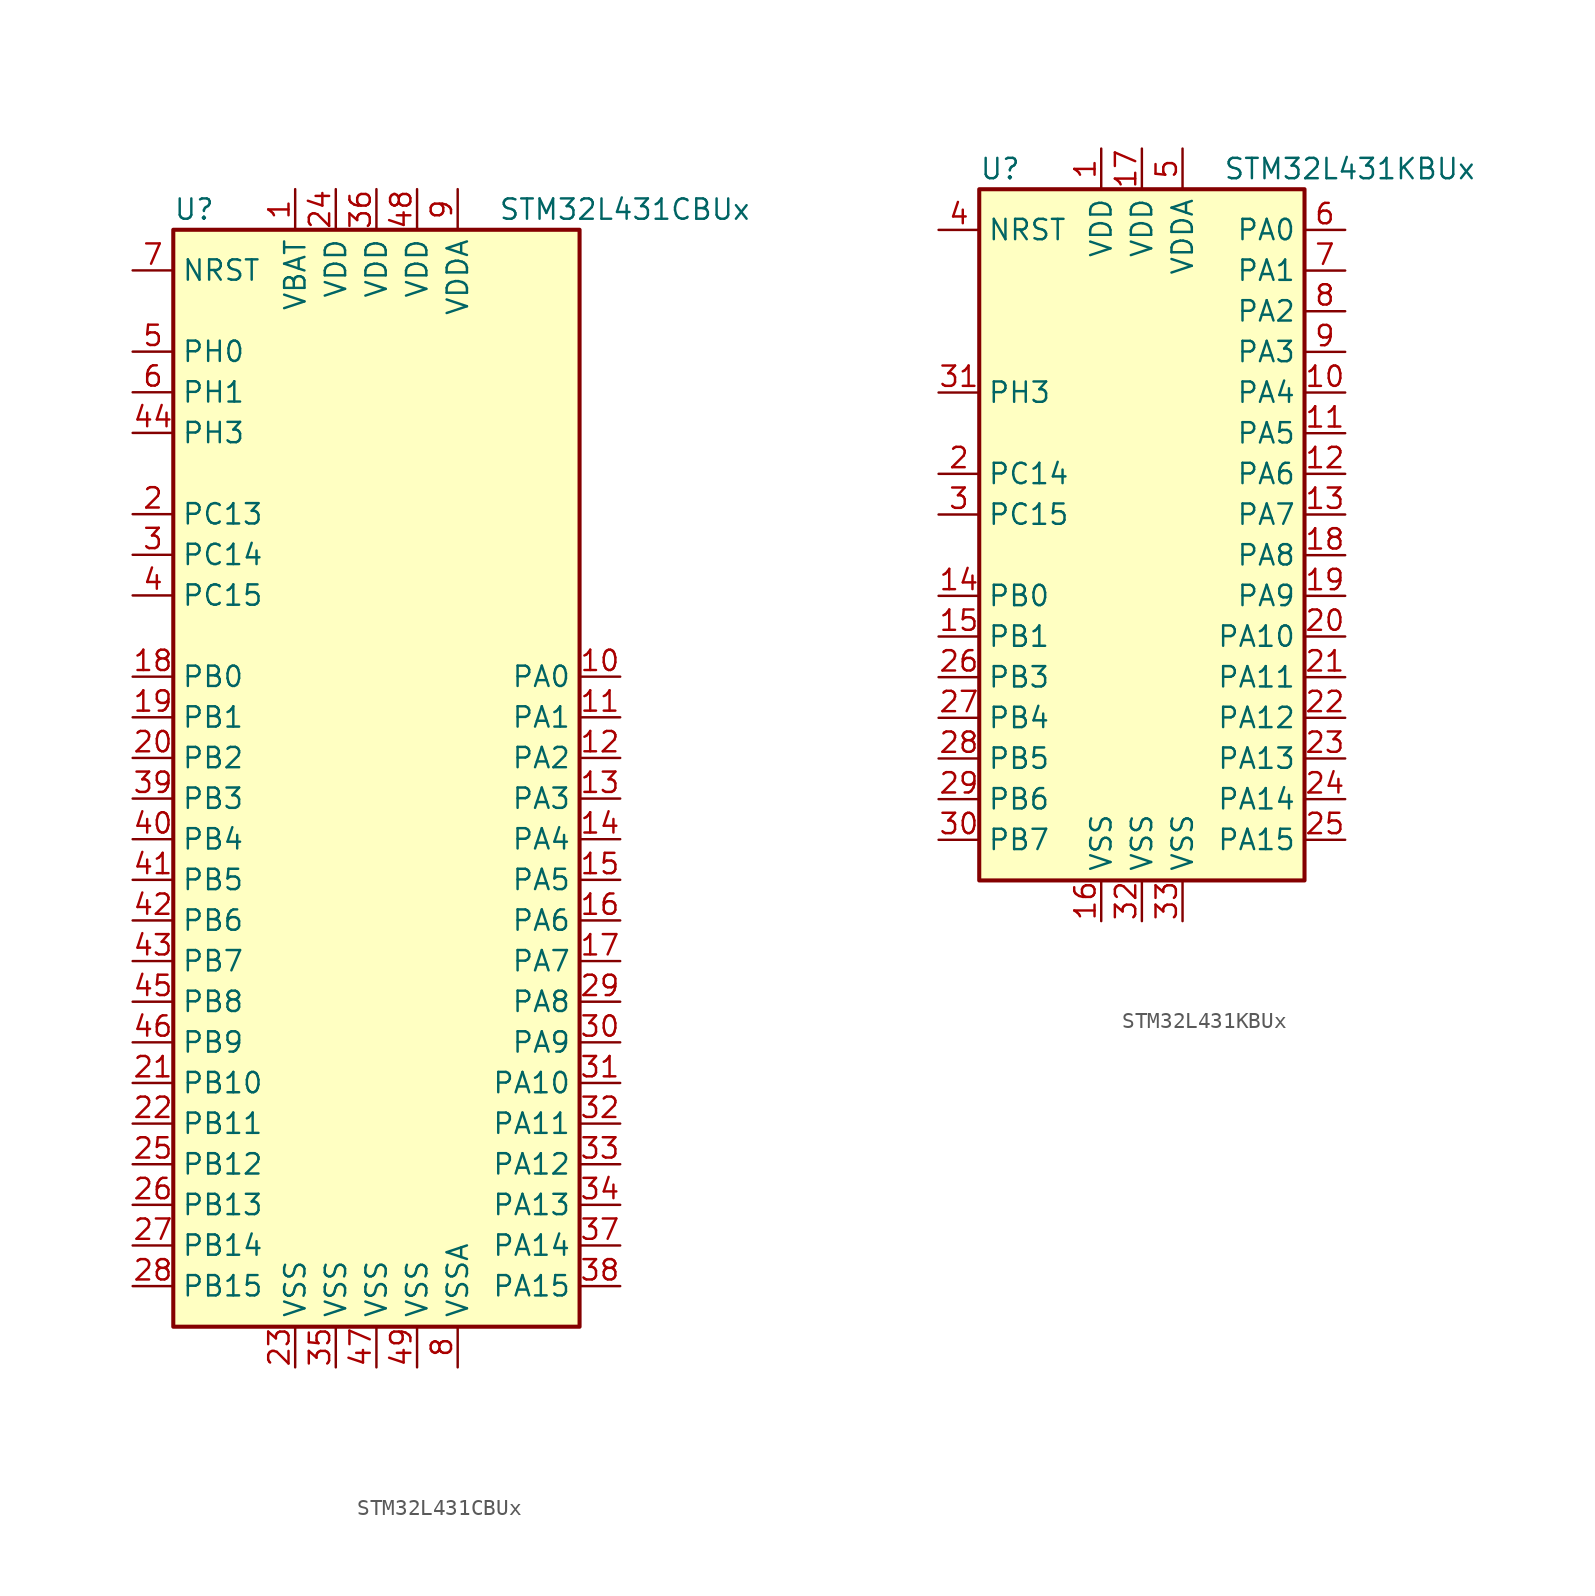
<source format=kicad_sym>
(kicad_symbol_lib
  (version 20211014)
  (generator kicad_symbol_editor)
  (symbol "STM32L431CBUx"
    (property "Reference" "U"
      (at -12.7 34.29 0)
      (effects (font (size 1.27 1.27)) (justify left)))
    (property "Value" "STM32L431CBUx"
      (at 7.62 34.29 0)
      (effects (font (size 1.27 1.27)) (justify left)))
    (symbol "STM32L431CBUx_0_1"
      (rectangle (start -12.7 -35.56) (end 12.7 33.02) (stroke (width 0.254) (type default) (color 0 0 0 0)) (fill (type background))))
    (symbol "STM32L431CBUx_1_1"
      (pin power_in line (at -5.08 35.56 270) (length 2.54) (name "VBAT" (effects (font (size 1.27 1.27)))) (number "1" (effects (font (size 1.27 1.27)))))
      (pin bidirectional line (at 15.24 5.08 180) (length 2.54) (name "PA0" (effects (font (size 1.27 1.27)))) (number "10" (effects (font (size 1.27 1.27)))))
      (pin bidirectional line (at 15.24 2.54 180) (length 2.54) (name "PA1" (effects (font (size 1.27 1.27)))) (number "11" (effects (font (size 1.27 1.27)))))
      (pin bidirectional line (at 15.24 0 180) (length 2.54) (name "PA2" (effects (font (size 1.27 1.27)))) (number "12" (effects (font (size 1.27 1.27)))))
      (pin bidirectional line (at 15.24 -2.54 180) (length 2.54) (name "PA3" (effects (font (size 1.27 1.27)))) (number "13" (effects (font (size 1.27 1.27)))))
      (pin bidirectional line (at 15.24 -5.08 180) (length 2.54) (name "PA4" (effects (font (size 1.27 1.27)))) (number "14" (effects (font (size 1.27 1.27)))))
      (pin bidirectional line (at 15.24 -7.62 180) (length 2.54) (name "PA5" (effects (font (size 1.27 1.27)))) (number "15" (effects (font (size 1.27 1.27)))))
      (pin bidirectional line (at 15.24 -10.16 180) (length 2.54) (name "PA6" (effects (font (size 1.27 1.27)))) (number "16" (effects (font (size 1.27 1.27)))))
      (pin bidirectional line (at 15.24 -12.7 180) (length 2.54) (name "PA7" (effects (font (size 1.27 1.27)))) (number "17" (effects (font (size 1.27 1.27)))))
      (pin bidirectional line (at -15.24 5.08 0) (length 2.54) (name "PB0" (effects (font (size 1.27 1.27)))) (number "18" (effects (font (size 1.27 1.27)))))
      (pin bidirectional line (at -15.24 2.54 0) (length 2.54) (name "PB1" (effects (font (size 1.27 1.27)))) (number "19" (effects (font (size 1.27 1.27)))))
      (pin bidirectional line (at -15.24 15.24 0) (length 2.54) (name "PC13" (effects (font (size 1.27 1.27)))) (number "2" (effects (font (size 1.27 1.27)))))
      (pin bidirectional line (at -15.24 0 0) (length 2.54) (name "PB2" (effects (font (size 1.27 1.27)))) (number "20" (effects (font (size 1.27 1.27)))))
      (pin bidirectional line (at -15.24 -20.32 0) (length 2.54) (name "PB10" (effects (font (size 1.27 1.27)))) (number "21" (effects (font (size 1.27 1.27)))))
      (pin bidirectional line (at -15.24 -22.86 0) (length 2.54) (name "PB11" (effects (font (size 1.27 1.27)))) (number "22" (effects (font (size 1.27 1.27)))))
      (pin power_in line (at -5.08 -38.1 90) (length 2.54) (name "VSS" (effects (font (size 1.27 1.27)))) (number "23" (effects (font (size 1.27 1.27)))))
      (pin power_in line (at -2.54 35.56 270) (length 2.54) (name "VDD" (effects (font (size 1.27 1.27)))) (number "24" (effects (font (size 1.27 1.27)))))
      (pin bidirectional line (at -15.24 -25.4 0) (length 2.54) (name "PB12" (effects (font (size 1.27 1.27)))) (number "25" (effects (font (size 1.27 1.27)))))
      (pin bidirectional line (at -15.24 -27.94 0) (length 2.54) (name "PB13" (effects (font (size 1.27 1.27)))) (number "26" (effects (font (size 1.27 1.27)))))
      (pin bidirectional line (at -15.24 -30.48 0) (length 2.54) (name "PB14" (effects (font (size 1.27 1.27)))) (number "27" (effects (font (size 1.27 1.27)))))
      (pin bidirectional line (at -15.24 -33.02 0) (length 2.54) (name "PB15" (effects (font (size 1.27 1.27)))) (number "28" (effects (font (size 1.27 1.27)))))
      (pin bidirectional line (at 15.24 -15.24 180) (length 2.54) (name "PA8" (effects (font (size 1.27 1.27)))) (number "29" (effects (font (size 1.27 1.27)))))
      (pin bidirectional line (at -15.24 12.7 0) (length 2.54) (name "PC14" (effects (font (size 1.27 1.27)))) (number "3" (effects (font (size 1.27 1.27)))))
      (pin bidirectional line (at 15.24 -17.78 180) (length 2.54) (name "PA9" (effects (font (size 1.27 1.27)))) (number "30" (effects (font (size 1.27 1.27)))))
      (pin bidirectional line (at 15.24 -20.32 180) (length 2.54) (name "PA10" (effects (font (size 1.27 1.27)))) (number "31" (effects (font (size 1.27 1.27)))))
      (pin bidirectional line (at 15.24 -22.86 180) (length 2.54) (name "PA11" (effects (font (size 1.27 1.27)))) (number "32" (effects (font (size 1.27 1.27)))))
      (pin bidirectional line (at 15.24 -25.4 180) (length 2.54) (name "PA12" (effects (font (size 1.27 1.27)))) (number "33" (effects (font (size 1.27 1.27)))))
      (pin bidirectional line (at 15.24 -27.94 180) (length 2.54) (name "PA13" (effects (font (size 1.27 1.27)))) (number "34" (effects (font (size 1.27 1.27)))))
      (pin power_in line (at -2.54 -38.1 90) (length 2.54) (name "VSS" (effects (font (size 1.27 1.27)))) (number "35" (effects (font (size 1.27 1.27)))))
      (pin power_in line (at 0 35.56 270) (length 2.54) (name "VDD" (effects (font (size 1.27 1.27)))) (number "36" (effects (font (size 1.27 1.27)))))
      (pin bidirectional line (at 15.24 -30.48 180) (length 2.54) (name "PA14" (effects (font (size 1.27 1.27)))) (number "37" (effects (font (size 1.27 1.27)))))
      (pin bidirectional line (at 15.24 -33.02 180) (length 2.54) (name "PA15" (effects (font (size 1.27 1.27)))) (number "38" (effects (font (size 1.27 1.27)))))
      (pin bidirectional line (at -15.24 -2.54 0) (length 2.54) (name "PB3" (effects (font (size 1.27 1.27)))) (number "39" (effects (font (size 1.27 1.27)))))
      (pin bidirectional line (at -15.24 10.16 0) (length 2.54) (name "PC15" (effects (font (size 1.27 1.27)))) (number "4" (effects (font (size 1.27 1.27)))))
      (pin bidirectional line (at -15.24 -5.08 0) (length 2.54) (name "PB4" (effects (font (size 1.27 1.27)))) (number "40" (effects (font (size 1.27 1.27)))))
      (pin bidirectional line (at -15.24 -7.62 0) (length 2.54) (name "PB5" (effects (font (size 1.27 1.27)))) (number "41" (effects (font (size 1.27 1.27)))))
      (pin bidirectional line (at -15.24 -10.16 0) (length 2.54) (name "PB6" (effects (font (size 1.27 1.27)))) (number "42" (effects (font (size 1.27 1.27)))))
      (pin bidirectional line (at -15.24 -12.7 0) (length 2.54) (name "PB7" (effects (font (size 1.27 1.27)))) (number "43" (effects (font (size 1.27 1.27)))))
      (pin bidirectional line (at -15.24 20.32 0) (length 2.54) (name "PH3" (effects (font (size 1.27 1.27)))) (number "44" (effects (font (size 1.27 1.27)))))
      (pin bidirectional line (at -15.24 -15.24 0) (length 2.54) (name "PB8" (effects (font (size 1.27 1.27)))) (number "45" (effects (font (size 1.27 1.27)))))
      (pin bidirectional line (at -15.24 -17.78 0) (length 2.54) (name "PB9" (effects (font (size 1.27 1.27)))) (number "46" (effects (font (size 1.27 1.27)))))
      (pin power_in line (at 0 -38.1 90) (length 2.54) (name "VSS" (effects (font (size 1.27 1.27)))) (number "47" (effects (font (size 1.27 1.27)))))
      (pin power_in line (at 2.54 35.56 270) (length 2.54) (name "VDD" (effects (font (size 1.27 1.27)))) (number "48" (effects (font (size 1.27 1.27)))))
      (pin power_in line (at 2.54 -38.1 90) (length 2.54) (name "VSS" (effects (font (size 1.27 1.27)))) (number "49" (effects (font (size 1.27 1.27)))))
      (pin input line (at -15.24 25.4 0) (length 2.54) (name "PH0" (effects (font (size 1.27 1.27)))) (number "5" (effects (font (size 1.27 1.27)))))
      (pin input line (at -15.24 22.86 0) (length 2.54) (name "PH1" (effects (font (size 1.27 1.27)))) (number "6" (effects (font (size 1.27 1.27)))))
      (pin input line (at -15.24 30.48 0) (length 2.54) (name "NRST" (effects (font (size 1.27 1.27)))) (number "7" (effects (font (size 1.27 1.27)))))
      (pin power_in line (at 5.08 -38.1 90) (length 2.54) (name "VSSA" (effects (font (size 1.27 1.27)))) (number "8" (effects (font (size 1.27 1.27)))))
      (pin power_in line (at 5.08 35.56 270) (length 2.54) (name "VDDA" (effects (font (size 1.27 1.27)))) (number "9" (effects (font (size 1.27 1.27)))))))
  (symbol "STM32L431KBUx"
    (property "Reference" "U"
      (at -10.16 21.59 0)
      (effects (font (size 1.27 1.27)) (justify left)))
    (property "Value" "STM32L431KBUx"
      (at 5.08 21.59 0)
      (effects (font (size 1.27 1.27)) (justify left)))
    (symbol "STM32L431KBUx_0_1"
      (rectangle (start -10.16 -22.86) (end 10.16 20.32) (stroke (width 0.254) (type default) (color 0 0 0 0)) (fill (type background))))
    (symbol "STM32L431KBUx_1_1"
      (pin power_in line (at -2.54 22.86 270) (length 2.54) (name "VDD" (effects (font (size 1.27 1.27)))) (number "1" (effects (font (size 1.27 1.27)))))
      (pin bidirectional line (at 12.7 7.62 180) (length 2.54) (name "PA4" (effects (font (size 1.27 1.27)))) (number "10" (effects (font (size 1.27 1.27)))))
      (pin bidirectional line (at 12.7 5.08 180) (length 2.54) (name "PA5" (effects (font (size 1.27 1.27)))) (number "11" (effects (font (size 1.27 1.27)))))
      (pin bidirectional line (at 12.7 2.54 180) (length 2.54) (name "PA6" (effects (font (size 1.27 1.27)))) (number "12" (effects (font (size 1.27 1.27)))))
      (pin bidirectional line (at 12.7 0 180) (length 2.54) (name "PA7" (effects (font (size 1.27 1.27)))) (number "13" (effects (font (size 1.27 1.27)))))
      (pin bidirectional line (at -12.7 -5.08 0) (length 2.54) (name "PB0" (effects (font (size 1.27 1.27)))) (number "14" (effects (font (size 1.27 1.27)))))
      (pin bidirectional line (at -12.7 -7.62 0) (length 2.54) (name "PB1" (effects (font (size 1.27 1.27)))) (number "15" (effects (font (size 1.27 1.27)))))
      (pin power_in line (at -2.54 -25.4 90) (length 2.54) (name "VSS" (effects (font (size 1.27 1.27)))) (number "16" (effects (font (size 1.27 1.27)))))
      (pin power_in line (at 0 22.86 270) (length 2.54) (name "VDD" (effects (font (size 1.27 1.27)))) (number "17" (effects (font (size 1.27 1.27)))))
      (pin bidirectional line (at 12.7 -2.54 180) (length 2.54) (name "PA8" (effects (font (size 1.27 1.27)))) (number "18" (effects (font (size 1.27 1.27)))))
      (pin bidirectional line (at 12.7 -5.08 180) (length 2.54) (name "PA9" (effects (font (size 1.27 1.27)))) (number "19" (effects (font (size 1.27 1.27)))))
      (pin bidirectional line (at -12.7 2.54 0) (length 2.54) (name "PC14" (effects (font (size 1.27 1.27)))) (number "2" (effects (font (size 1.27 1.27)))))
      (pin bidirectional line (at 12.7 -7.62 180) (length 2.54) (name "PA10" (effects (font (size 1.27 1.27)))) (number "20" (effects (font (size 1.27 1.27)))))
      (pin bidirectional line (at 12.7 -10.16 180) (length 2.54) (name "PA11" (effects (font (size 1.27 1.27)))) (number "21" (effects (font (size 1.27 1.27)))))
      (pin bidirectional line (at 12.7 -12.7 180) (length 2.54) (name "PA12" (effects (font (size 1.27 1.27)))) (number "22" (effects (font (size 1.27 1.27)))))
      (pin bidirectional line (at 12.7 -15.24 180) (length 2.54) (name "PA13" (effects (font (size 1.27 1.27)))) (number "23" (effects (font (size 1.27 1.27)))))
      (pin bidirectional line (at 12.7 -17.78 180) (length 2.54) (name "PA14" (effects (font (size 1.27 1.27)))) (number "24" (effects (font (size 1.27 1.27)))))
      (pin bidirectional line (at 12.7 -20.32 180) (length 2.54) (name "PA15" (effects (font (size 1.27 1.27)))) (number "25" (effects (font (size 1.27 1.27)))))
      (pin bidirectional line (at -12.7 -10.16 0) (length 2.54) (name "PB3" (effects (font (size 1.27 1.27)))) (number "26" (effects (font (size 1.27 1.27)))))
      (pin bidirectional line (at -12.7 -12.7 0) (length 2.54) (name "PB4" (effects (font (size 1.27 1.27)))) (number "27" (effects (font (size 1.27 1.27)))))
      (pin bidirectional line (at -12.7 -15.24 0) (length 2.54) (name "PB5" (effects (font (size 1.27 1.27)))) (number "28" (effects (font (size 1.27 1.27)))))
      (pin bidirectional line (at -12.7 -17.78 0) (length 2.54) (name "PB6" (effects (font (size 1.27 1.27)))) (number "29" (effects (font (size 1.27 1.27)))))
      (pin bidirectional line (at -12.7 0 0) (length 2.54) (name "PC15" (effects (font (size 1.27 1.27)))) (number "3" (effects (font (size 1.27 1.27)))))
      (pin bidirectional line (at -12.7 -20.32 0) (length 2.54) (name "PB7" (effects (font (size 1.27 1.27)))) (number "30" (effects (font (size 1.27 1.27)))))
      (pin bidirectional line (at -12.7 7.62 0) (length 2.54) (name "PH3" (effects (font (size 1.27 1.27)))) (number "31" (effects (font (size 1.27 1.27)))))
      (pin power_in line (at 0 -25.4 90) (length 2.54) (name "VSS" (effects (font (size 1.27 1.27)))) (number "32" (effects (font (size 1.27 1.27)))))
      (pin power_in line (at 2.54 -25.4 90) (length 2.54) (name "VSS" (effects (font (size 1.27 1.27)))) (number "33" (effects (font (size 1.27 1.27)))))
      (pin input line (at -12.7 17.78 0) (length 2.54) (name "NRST" (effects (font (size 1.27 1.27)))) (number "4" (effects (font (size 1.27 1.27)))))
      (pin power_in line (at 2.54 22.86 270) (length 2.54) (name "VDDA" (effects (font (size 1.27 1.27)))) (number "5" (effects (font (size 1.27 1.27)))))
      (pin bidirectional line (at 12.7 17.78 180) (length 2.54) (name "PA0" (effects (font (size 1.27 1.27)))) (number "6" (effects (font (size 1.27 1.27)))))
      (pin bidirectional line (at 12.7 15.24 180) (length 2.54) (name "PA1" (effects (font (size 1.27 1.27)))) (number "7" (effects (font (size 1.27 1.27)))))
      (pin bidirectional line (at 12.7 12.7 180) (length 2.54) (name "PA2" (effects (font (size 1.27 1.27)))) (number "8" (effects (font (size 1.27 1.27)))))
      (pin bidirectional line (at 12.7 10.16 180) (length 2.54) (name "PA3" (effects (font (size 1.27 1.27)))) (number "9" (effects (font (size 1.27 1.27))))))))
</source>
